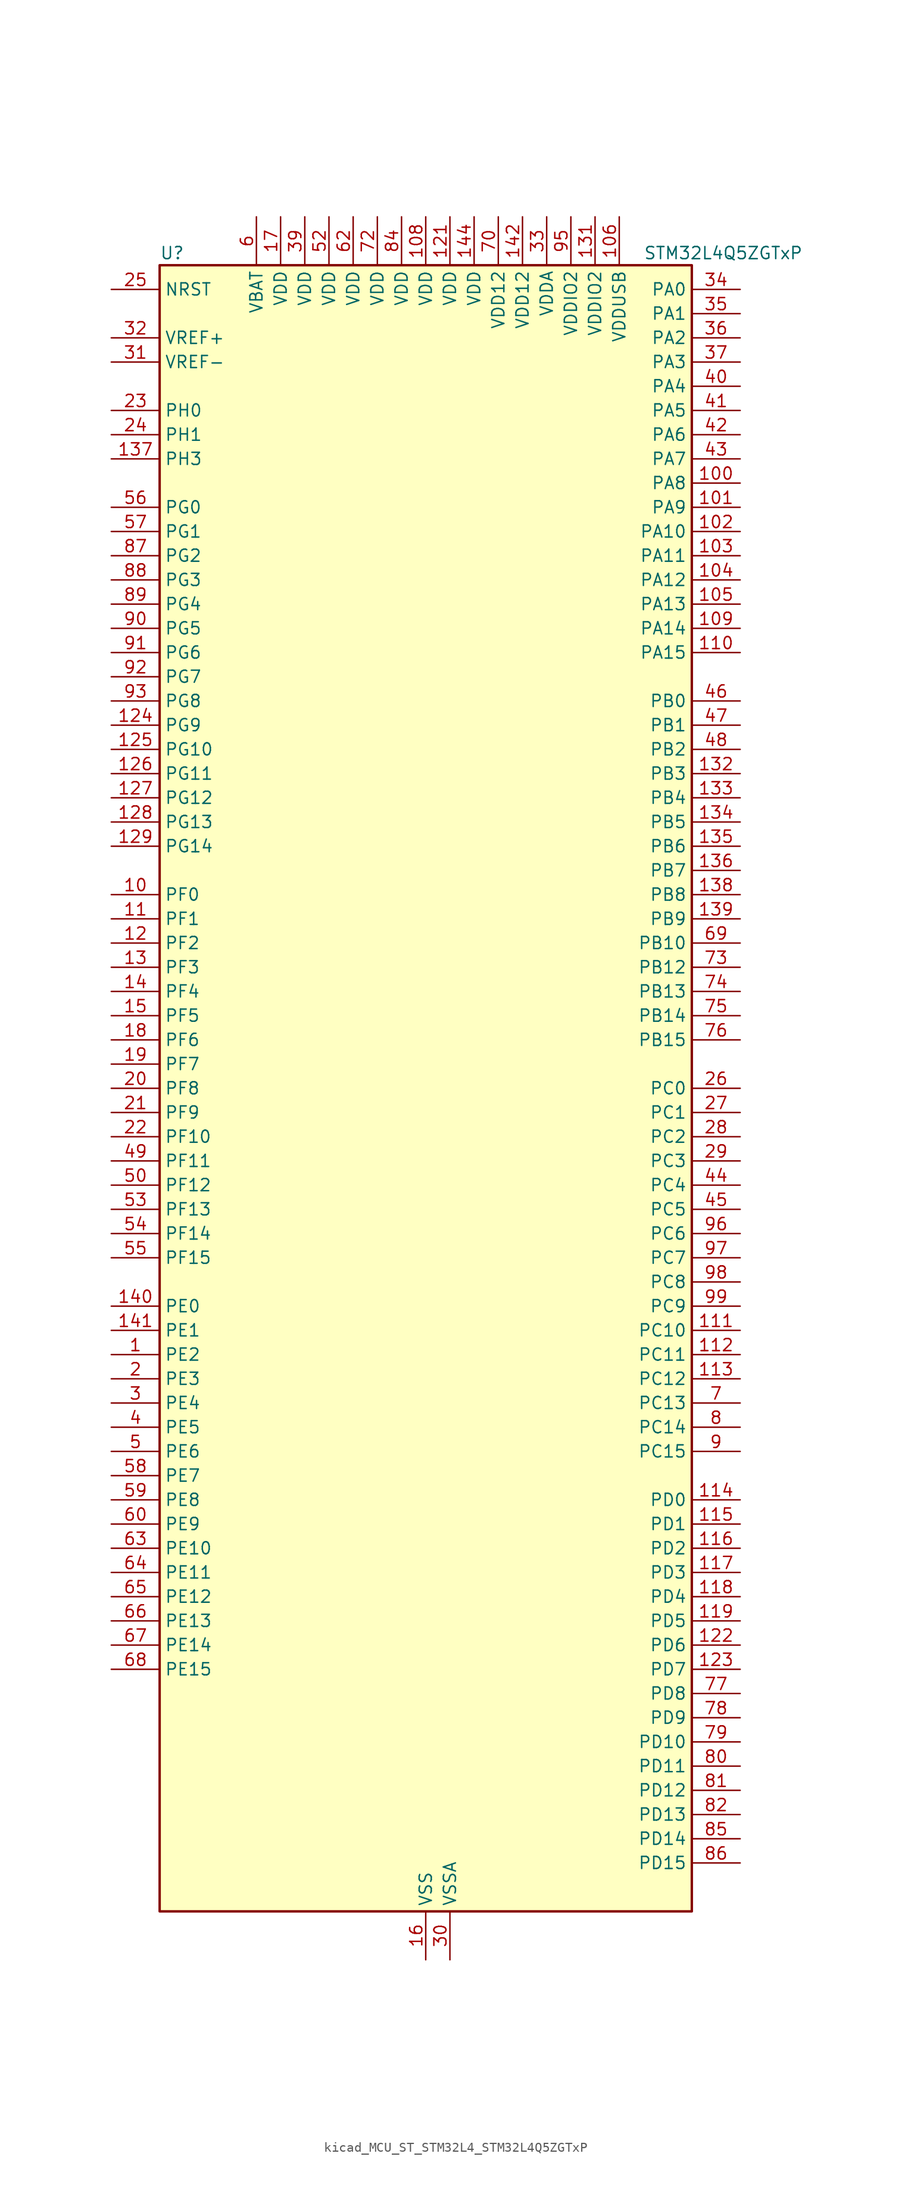
<source format=kicad_sym>
(kicad_symbol_lib
  (version 20220914)
  (generator kicad_symbol_editor)
  (symbol "kicad_MCU_ST_STM32L4_STM32L4Q5ZGTxP"
    (property "Reference" "U"
      (at -27.94 87.63 0)
      (effects (font (size 1.27 1.27)) (justify left)))
    (property "Value" "STM32L4Q5ZGTxP"
      (at 22.86 87.63 0)
      (effects (font (size 1.27 1.27)) (justify left)))
    (property "ki_locked" ""
      (at 0 0 0)
      (effects (font (size 1.27 1.27))))
    (symbol "kicad_MCU_ST_STM32L4_STM32L4Q5ZGTxP_0_1"
      (rectangle (start -27.94 -86.36) (end 27.94 86.36) (stroke (width 0.254) (type default)) (fill (type background))))
    (symbol "kicad_MCU_ST_STM32L4_STM32L4Q5ZGTxP_1_1"
      (pin bidirectional line (at -33.02 -27.94 0) (length 5.08) (name "PE2" (effects (font (size 1.27 1.27)))) (number "1" (effects (font (size 1.27 1.27)))) (alternate "FMC_A23" bidirectional line) (alternate "LTDC_R7" bidirectional line) (alternate "SAI1_CK1" bidirectional line) (alternate "SAI1_MCLK_A" bidirectional line) (alternate "SYS_TRACECLK" bidirectional line) (alternate "TIM3_ETR" bidirectional line) (alternate "TSC_G7_IO1" bidirectional line))
      (pin bidirectional line (at -33.02 20.32 0) (length 5.08) (name "PF0" (effects (font (size 1.27 1.27)))) (number "10" (effects (font (size 1.27 1.27)))) (alternate "FMC_A0" bidirectional line) (alternate "I2C2_SDA" bidirectional line) (alternate "OCTOSPIM_P2_IO0" bidirectional line))
      (pin bidirectional line (at 33.02 63.5 180) (length 5.08) (name "PA8" (effects (font (size 1.27 1.27)))) (number "100" (effects (font (size 1.27 1.27)))) (alternate "LPTIM2_OUT" bidirectional line) (alternate "LTDC_B7" bidirectional line) (alternate "RCC_MCO" bidirectional line) (alternate "SAI1_CK2" bidirectional line) (alternate "SAI1_SCK_A" bidirectional line) (alternate "TIM1_CH1" bidirectional line) (alternate "USART1_CK" bidirectional line) (alternate "USB_OTG_FS_SOF" bidirectional line))
      (pin bidirectional line (at 33.02 60.96 180) (length 5.08) (name "PA9" (effects (font (size 1.27 1.27)))) (number "101" (effects (font (size 1.27 1.27)))) (alternate "DAC1_EXTI9" bidirectional line) (alternate "DCMI_D0" bidirectional line) (alternate "LTDC_G7" bidirectional line) (alternate "PSSI_D0" bidirectional line) (alternate "SAI1_FS_A" bidirectional line) (alternate "SPI2_SCK" bidirectional line) (alternate "TIM15_BKIN" bidirectional line) (alternate "TIM1_CH2" bidirectional line) (alternate "USART1_TX" bidirectional line) (alternate "USB_OTG_FS_VBUS" bidirectional line))
      (pin bidirectional line (at 33.02 58.42 180) (length 5.08) (name "PA10" (effects (font (size 1.27 1.27)))) (number "102" (effects (font (size 1.27 1.27)))) (alternate "DCMI_D1" bidirectional line) (alternate "LTDC_G6" bidirectional line) (alternate "PSSI_D1" bidirectional line) (alternate "SAI1_D1" bidirectional line) (alternate "SAI1_SD_A" bidirectional line) (alternate "TIM17_BKIN" bidirectional line) (alternate "TIM1_CH3" bidirectional line) (alternate "USART1_RX" bidirectional line) (alternate "USB_OTG_FS_ID" bidirectional line))
      (pin bidirectional line (at 33.02 55.88 180) (length 5.08) (name "PA11" (effects (font (size 1.27 1.27)))) (number "103" (effects (font (size 1.27 1.27)))) (alternate "ADC1_EXTI11" bidirectional line) (alternate "ADC2_EXTI11" bidirectional line) (alternate "CAN1_RX" bidirectional line) (alternate "LTDC_DE" bidirectional line) (alternate "SPI1_MISO" bidirectional line) (alternate "TIM1_BKIN2" bidirectional line) (alternate "TIM1_CH4" bidirectional line) (alternate "USART1_CTS" bidirectional line) (alternate "USART1_NSS" bidirectional line) (alternate "USB_OTG_FS_DM" bidirectional line))
      (pin bidirectional line (at 33.02 53.34 180) (length 5.08) (name "PA12" (effects (font (size 1.27 1.27)))) (number "104" (effects (font (size 1.27 1.27)))) (alternate "CAN1_TX" bidirectional line) (alternate "LTDC_VSYNC" bidirectional line) (alternate "OCTOSPIM_P2_NCS" bidirectional line) (alternate "SPI1_MOSI" bidirectional line) (alternate "TIM1_ETR" bidirectional line) (alternate "USART1_DE" bidirectional line) (alternate "USART1_RTS" bidirectional line) (alternate "USB_OTG_FS_DP" bidirectional line))
      (pin bidirectional line (at 33.02 50.8 180) (length 5.08) (name "PA13" (effects (font (size 1.27 1.27)))) (number "105" (effects (font (size 1.27 1.27)))) (alternate "IR_OUT" bidirectional line) (alternate "SAI1_SD_B" bidirectional line) (alternate "SYS_JTMS-SWDIO" bidirectional line) (alternate "USB_OTG_FS_NOE" bidirectional line))
      (pin power_in line (at 20.32 91.44 270) (length 5.08) (name "VDDUSB" (effects (font (size 1.27 1.27)))) (number "106" (effects (font (size 1.27 1.27)))))
      (pin passive line (at 0 -91.44 90) (length 5.08) hide (name "VSS" (effects (font (size 1.27 1.27)))) (number "107" (effects (font (size 1.27 1.27)))))
      (pin power_in line (at 0 91.44 270) (length 5.08) (name "VDD" (effects (font (size 1.27 1.27)))) (number "108" (effects (font (size 1.27 1.27)))))
      (pin bidirectional line (at 33.02 48.26 180) (length 5.08) (name "PA14" (effects (font (size 1.27 1.27)))) (number "109" (effects (font (size 1.27 1.27)))) (alternate "I2C1_SMBA" bidirectional line) (alternate "I2C4_SMBA" bidirectional line) (alternate "LPTIM1_OUT" bidirectional line) (alternate "SAI1_FS_B" bidirectional line) (alternate "SYS_JTCK-SWCLK" bidirectional line) (alternate "USB_OTG_FS_SOF" bidirectional line))
      (pin bidirectional line (at -33.02 17.78 0) (length 5.08) (name "PF1" (effects (font (size 1.27 1.27)))) (number "11" (effects (font (size 1.27 1.27)))) (alternate "FMC_A1" bidirectional line) (alternate "I2C2_SCL" bidirectional line) (alternate "OCTOSPIM_P2_IO1" bidirectional line))
      (pin bidirectional line (at 33.02 45.72 180) (length 5.08) (name "PA15" (effects (font (size 1.27 1.27)))) (number "110" (effects (font (size 1.27 1.27)))) (alternate "ADC1_EXTI15" bidirectional line) (alternate "ADC2_EXTI15" bidirectional line) (alternate "LTDC_HSYNC" bidirectional line) (alternate "SAI2_FS_B" bidirectional line) (alternate "SPI1_NSS" bidirectional line) (alternate "SPI3_NSS" bidirectional line) (alternate "SYS_JTDI" bidirectional line) (alternate "TIM2_CH1" bidirectional line) (alternate "TIM2_ETR" bidirectional line) (alternate "TSC_G3_IO1" bidirectional line) (alternate "UART4_DE" bidirectional line) (alternate "UART4_RTS" bidirectional line) (alternate "USART2_RX" bidirectional line) (alternate "USART3_DE" bidirectional line) (alternate "USART3_RTS" bidirectional line))
      (pin bidirectional line (at 33.02 -25.4 180) (length 5.08) (name "PC10" (effects (font (size 1.27 1.27)))) (number "111" (effects (font (size 1.27 1.27)))) (alternate "DCMI_D8" bidirectional line) (alternate "DCMI_VSYNC" bidirectional line) (alternate "PSSI_D8" bidirectional line) (alternate "PSSI_RDY" bidirectional line) (alternate "SAI2_SCK_B" bidirectional line) (alternate "SDMMC1_D2" bidirectional line) (alternate "SPI3_SCK" bidirectional line) (alternate "SYS_TRACED1" bidirectional line) (alternate "TSC_G3_IO2" bidirectional line) (alternate "UART4_TX" bidirectional line) (alternate "USART3_TX" bidirectional line))
      (pin bidirectional line (at 33.02 -27.94 180) (length 5.08) (name "PC11" (effects (font (size 1.27 1.27)))) (number "112" (effects (font (size 1.27 1.27)))) (alternate "ADC1_EXTI11" bidirectional line) (alternate "ADC2_EXTI11" bidirectional line) (alternate "DCMI_D2" bidirectional line) (alternate "DCMI_D4" bidirectional line) (alternate "OCTOSPIM_P1_NCS" bidirectional line) (alternate "PSSI_D2" bidirectional line) (alternate "PSSI_D4" bidirectional line) (alternate "SAI2_MCLK_B" bidirectional line) (alternate "SDMMC1_D3" bidirectional line) (alternate "SPI3_MISO" bidirectional line) (alternate "TSC_G3_IO3" bidirectional line) (alternate "UART4_RX" bidirectional line) (alternate "USART3_RX" bidirectional line))
      (pin bidirectional line (at 33.02 -30.48 180) (length 5.08) (name "PC12" (effects (font (size 1.27 1.27)))) (number "113" (effects (font (size 1.27 1.27)))) (alternate "DCMI_D9" bidirectional line) (alternate "LTDC_R6" bidirectional line) (alternate "PSSI_D9" bidirectional line) (alternate "SAI2_SD_B" bidirectional line) (alternate "SDMMC1_CK" bidirectional line) (alternate "SPI3_MOSI" bidirectional line) (alternate "SYS_TRACED3" bidirectional line) (alternate "TSC_G3_IO4" bidirectional line) (alternate "UART5_TX" bidirectional line) (alternate "USART3_CK" bidirectional line))
      (pin bidirectional line (at 33.02 -43.18 180) (length 5.08) (name "PD0" (effects (font (size 1.27 1.27)))) (number "114" (effects (font (size 1.27 1.27)))) (alternate "CAN1_RX" bidirectional line) (alternate "FMC_D2" bidirectional line) (alternate "FMC_DA2" bidirectional line) (alternate "LTDC_B4" bidirectional line) (alternate "SPI2_NSS" bidirectional line))
      (pin bidirectional line (at 33.02 -45.72 180) (length 5.08) (name "PD1" (effects (font (size 1.27 1.27)))) (number "115" (effects (font (size 1.27 1.27)))) (alternate "CAN1_TX" bidirectional line) (alternate "FMC_D3" bidirectional line) (alternate "FMC_DA3" bidirectional line) (alternate "LTDC_B5" bidirectional line) (alternate "SPI2_SCK" bidirectional line))
      (pin bidirectional line (at 33.02 -48.26 180) (length 5.08) (name "PD2" (effects (font (size 1.27 1.27)))) (number "116" (effects (font (size 1.27 1.27)))) (alternate "DCMI_D11" bidirectional line) (alternate "PSSI_D11" bidirectional line) (alternate "SDMMC1_CMD" bidirectional line) (alternate "SYS_TRACED2" bidirectional line) (alternate "TIM3_ETR" bidirectional line) (alternate "TSC_SYNC" bidirectional line) (alternate "UART5_RX" bidirectional line) (alternate "USART3_DE" bidirectional line) (alternate "USART3_RTS" bidirectional line))
      (pin bidirectional line (at 33.02 -50.8 180) (length 5.08) (name "PD3" (effects (font (size 1.27 1.27)))) (number "117" (effects (font (size 1.27 1.27)))) (alternate "DCMI_D5" bidirectional line) (alternate "DFSDM1_DATIN0" bidirectional line) (alternate "FMC_CLK" bidirectional line) (alternate "LTDC_CLK" bidirectional line) (alternate "OCTOSPIM_P2_NCS" bidirectional line) (alternate "PSSI_D5" bidirectional line) (alternate "SPI2_MISO" bidirectional line) (alternate "SPI2_SCK" bidirectional line) (alternate "USART2_CTS" bidirectional line) (alternate "USART2_NSS" bidirectional line))
      (pin bidirectional line (at 33.02 -53.34 180) (length 5.08) (name "PD4" (effects (font (size 1.27 1.27)))) (number "118" (effects (font (size 1.27 1.27)))) (alternate "DFSDM1_CKIN0" bidirectional line) (alternate "FMC_NOE" bidirectional line) (alternate "OCTOSPIM_P1_IO4" bidirectional line) (alternate "SDMMC2_CKIN" bidirectional line) (alternate "SPI2_MOSI" bidirectional line) (alternate "USART2_DE" bidirectional line) (alternate "USART2_RTS" bidirectional line))
      (pin bidirectional line (at 33.02 -55.88 180) (length 5.08) (name "PD5" (effects (font (size 1.27 1.27)))) (number "119" (effects (font (size 1.27 1.27)))) (alternate "FMC_NWE" bidirectional line) (alternate "OCTOSPIM_P1_IO5" bidirectional line) (alternate "USART2_TX" bidirectional line))
      (pin bidirectional line (at -33.02 15.24 0) (length 5.08) (name "PF2" (effects (font (size 1.27 1.27)))) (number "12" (effects (font (size 1.27 1.27)))) (alternate "FMC_A2" bidirectional line) (alternate "I2C2_SMBA" bidirectional line) (alternate "OCTOSPIM_P2_IO2" bidirectional line))
      (pin passive line (at 0 -91.44 90) (length 5.08) hide (name "VSS" (effects (font (size 1.27 1.27)))) (number "120" (effects (font (size 1.27 1.27)))))
      (pin power_in line (at 2.54 91.44 270) (length 5.08) (name "VDD" (effects (font (size 1.27 1.27)))) (number "121" (effects (font (size 1.27 1.27)))))
      (pin bidirectional line (at 33.02 -58.42 180) (length 5.08) (name "PD6" (effects (font (size 1.27 1.27)))) (number "122" (effects (font (size 1.27 1.27)))) (alternate "DCMI_D10" bidirectional line) (alternate "DFSDM1_DATIN1" bidirectional line) (alternate "FMC_NWAIT" bidirectional line) (alternate "LTDC_DE" bidirectional line) (alternate "OCTOSPIM_P1_IO6" bidirectional line) (alternate "PSSI_D10" bidirectional line) (alternate "SAI1_D1" bidirectional line) (alternate "SAI1_SD_A" bidirectional line) (alternate "SDMMC2_CK" bidirectional line) (alternate "SPI3_MOSI" bidirectional line) (alternate "USART2_RX" bidirectional line))
      (pin bidirectional line (at 33.02 -60.96 180) (length 5.08) (name "PD7" (effects (font (size 1.27 1.27)))) (number "123" (effects (font (size 1.27 1.27)))) (alternate "DFSDM1_CKIN1" bidirectional line) (alternate "FMC_NCE" bidirectional line) (alternate "FMC_NE1" bidirectional line) (alternate "OCTOSPIM_P1_IO7" bidirectional line) (alternate "SDMMC2_CMD" bidirectional line) (alternate "USART2_CK" bidirectional line))
      (pin bidirectional line (at -33.02 38.1 0) (length 5.08) (name "PG9" (effects (font (size 1.27 1.27)))) (number "124" (effects (font (size 1.27 1.27)))) (alternate "DAC1_EXTI9" bidirectional line) (alternate "FMC_NCE" bidirectional line) (alternate "FMC_NE2" bidirectional line) (alternate "OCTOSPIM_P2_IO6" bidirectional line) (alternate "SAI2_SCK_A" bidirectional line) (alternate "SDMMC2_D0" bidirectional line) (alternate "SPI3_SCK" bidirectional line) (alternate "TIM15_CH1N" bidirectional line) (alternate "USART1_TX" bidirectional line))
      (pin bidirectional line (at -33.02 35.56 0) (length 5.08) (name "PG10" (effects (font (size 1.27 1.27)))) (number "125" (effects (font (size 1.27 1.27)))) (alternate "FMC_NE3" bidirectional line) (alternate "LPTIM1_IN1" bidirectional line) (alternate "OCTOSPIM_P2_IO7" bidirectional line) (alternate "SAI2_FS_A" bidirectional line) (alternate "SDMMC2_D1" bidirectional line) (alternate "SPI3_MISO" bidirectional line) (alternate "TIM15_CH1" bidirectional line) (alternate "USART1_RX" bidirectional line))
      (pin bidirectional line (at -33.02 33.02 0) (length 5.08) (name "PG11" (effects (font (size 1.27 1.27)))) (number "126" (effects (font (size 1.27 1.27)))) (alternate "ADC1_EXTI11" bidirectional line) (alternate "ADC2_EXTI11" bidirectional line) (alternate "LPTIM1_IN2" bidirectional line) (alternate "OCTOSPIM_P1_IO5" bidirectional line) (alternate "SAI2_MCLK_A" bidirectional line) (alternate "SDMMC2_D2" bidirectional line) (alternate "SPI3_MOSI" bidirectional line) (alternate "TIM15_CH2" bidirectional line) (alternate "USART1_CTS" bidirectional line) (alternate "USART1_NSS" bidirectional line))
      (pin bidirectional line (at -33.02 30.48 0) (length 5.08) (name "PG12" (effects (font (size 1.27 1.27)))) (number "127" (effects (font (size 1.27 1.27)))) (alternate "FMC_NE4" bidirectional line) (alternate "LPTIM1_ETR" bidirectional line) (alternate "OCTOSPIM_P2_NCS" bidirectional line) (alternate "SAI2_SD_A" bidirectional line) (alternate "SDMMC2_D3" bidirectional line) (alternate "SPI3_NSS" bidirectional line) (alternate "USART1_DE" bidirectional line) (alternate "USART1_RTS" bidirectional line))
      (pin bidirectional line (at -33.02 27.94 0) (length 5.08) (name "PG13" (effects (font (size 1.27 1.27)))) (number "128" (effects (font (size 1.27 1.27)))) (alternate "FMC_A24" bidirectional line) (alternate "I2C1_SDA" bidirectional line) (alternate "LTDC_R0" bidirectional line) (alternate "USART1_CK" bidirectional line))
      (pin bidirectional line (at -33.02 25.4 0) (length 5.08) (name "PG14" (effects (font (size 1.27 1.27)))) (number "129" (effects (font (size 1.27 1.27)))) (alternate "FMC_A25" bidirectional line) (alternate "I2C1_SCL" bidirectional line) (alternate "LTDC_R1" bidirectional line))
      (pin bidirectional line (at -33.02 12.7 0) (length 5.08) (name "PF3" (effects (font (size 1.27 1.27)))) (number "13" (effects (font (size 1.27 1.27)))) (alternate "FMC_A3" bidirectional line) (alternate "OCTOSPIM_P2_IO3" bidirectional line))
      (pin passive line (at 0 -91.44 90) (length 5.08) hide (name "VSS" (effects (font (size 1.27 1.27)))) (number "130" (effects (font (size 1.27 1.27)))))
      (pin power_in line (at 17.78 91.44 270) (length 5.08) (name "VDDIO2" (effects (font (size 1.27 1.27)))) (number "131" (effects (font (size 1.27 1.27)))))
      (pin bidirectional line (at 33.02 33.02 180) (length 5.08) (name "PB3" (effects (font (size 1.27 1.27)))) (number "132" (effects (font (size 1.27 1.27)))) (alternate "COMP2_INM" bidirectional line) (alternate "CRS_SYNC" bidirectional line) (alternate "OCTOSPIM_P1_IO4" bidirectional line) (alternate "SAI1_SCK_B" bidirectional line) (alternate "SDMMC2_D2" bidirectional line) (alternate "SPI1_SCK" bidirectional line) (alternate "SPI3_SCK" bidirectional line) (alternate "SYS_JTDO-SWO" bidirectional line) (alternate "TIM2_CH2" bidirectional line) (alternate "USART1_DE" bidirectional line) (alternate "USART1_RTS" bidirectional line))
      (pin bidirectional line (at 33.02 30.48 180) (length 5.08) (name "PB4" (effects (font (size 1.27 1.27)))) (number "133" (effects (font (size 1.27 1.27)))) (alternate "COMP2_INP" bidirectional line) (alternate "DCMI_D12" bidirectional line) (alternate "I2C3_SDA" bidirectional line) (alternate "OCTOSPIM_P1_IO5" bidirectional line) (alternate "PSSI_D12" bidirectional line) (alternate "SAI1_MCLK_B" bidirectional line) (alternate "SDMMC2_D3" bidirectional line) (alternate "SPI1_MISO" bidirectional line) (alternate "SPI3_MISO" bidirectional line) (alternate "SYS_JTRST" bidirectional line) (alternate "TIM17_BKIN" bidirectional line) (alternate "TIM3_CH1" bidirectional line) (alternate "TSC_G2_IO1" bidirectional line) (alternate "UART5_DE" bidirectional line) (alternate "UART5_RTS" bidirectional line) (alternate "USART1_CTS" bidirectional line) (alternate "USART1_NSS" bidirectional line))
      (pin bidirectional line (at 33.02 27.94 180) (length 5.08) (name "PB5" (effects (font (size 1.27 1.27)))) (number "134" (effects (font (size 1.27 1.27)))) (alternate "COMP2_OUT" bidirectional line) (alternate "DCMI_D10" bidirectional line) (alternate "I2C1_SMBA" bidirectional line) (alternate "LPTIM1_IN1" bidirectional line) (alternate "OCTOSPIM_P1_IO0" bidirectional line) (alternate "PSSI_D10" bidirectional line) (alternate "SAI1_SD_B" bidirectional line) (alternate "SPI1_MOSI" bidirectional line) (alternate "SPI3_MOSI" bidirectional line) (alternate "TIM16_BKIN" bidirectional line) (alternate "TIM3_CH2" bidirectional line) (alternate "TSC_G2_IO2" bidirectional line) (alternate "UART5_CTS" bidirectional line) (alternate "USART1_CK" bidirectional line))
      (pin bidirectional line (at 33.02 25.4 180) (length 5.08) (name "PB6" (effects (font (size 1.27 1.27)))) (number "135" (effects (font (size 1.27 1.27)))) (alternate "COMP2_INP" bidirectional line) (alternate "DCMI_D5" bidirectional line) (alternate "I2C1_SCL" bidirectional line) (alternate "I2C4_SCL" bidirectional line) (alternate "LPTIM1_ETR" bidirectional line) (alternate "LTDC_R6" bidirectional line) (alternate "PSSI_D5" bidirectional line) (alternate "SAI1_FS_B" bidirectional line) (alternate "TIM16_CH1N" bidirectional line) (alternate "TIM4_CH1" bidirectional line) (alternate "TIM8_BKIN2" bidirectional line) (alternate "TSC_G2_IO3" bidirectional line) (alternate "USART1_TX" bidirectional line))
      (pin bidirectional line (at 33.02 22.86 180) (length 5.08) (name "PB7" (effects (font (size 1.27 1.27)))) (number "136" (effects (font (size 1.27 1.27)))) (alternate "COMP2_INM" bidirectional line) (alternate "DCMI_VSYNC" bidirectional line) (alternate "FMC_NL" bidirectional line) (alternate "I2C1_SDA" bidirectional line) (alternate "I2C4_SDA" bidirectional line) (alternate "LPTIM1_IN2" bidirectional line) (alternate "LTDC_VSYNC" bidirectional line) (alternate "PSSI_RDY" bidirectional line) (alternate "SYS_PVD_IN" bidirectional line) (alternate "TIM17_CH1N" bidirectional line) (alternate "TIM4_CH2" bidirectional line) (alternate "TIM8_BKIN" bidirectional line) (alternate "TSC_G2_IO4" bidirectional line) (alternate "UART4_CTS" bidirectional line) (alternate "USART1_RX" bidirectional line))
      (pin bidirectional line (at -33.02 66.04 0) (length 5.08) (name "PH3" (effects (font (size 1.27 1.27)))) (number "137" (effects (font (size 1.27 1.27)))))
      (pin bidirectional line (at 33.02 20.32 180) (length 5.08) (name "PB8" (effects (font (size 1.27 1.27)))) (number "138" (effects (font (size 1.27 1.27)))) (alternate "CAN1_RX" bidirectional line) (alternate "DCMI_D6" bidirectional line) (alternate "DFSDM1_CKOUT" bidirectional line) (alternate "I2C1_SCL" bidirectional line) (alternate "LTDC_DE" bidirectional line) (alternate "PSSI_D6" bidirectional line) (alternate "SAI1_CK1" bidirectional line) (alternate "SAI1_MCLK_A" bidirectional line) (alternate "SDMMC1_CKIN" bidirectional line) (alternate "SDMMC1_D4" bidirectional line) (alternate "SDMMC2_D4" bidirectional line) (alternate "TIM16_CH1" bidirectional line) (alternate "TIM4_CH3" bidirectional line))
      (pin bidirectional line (at 33.02 17.78 180) (length 5.08) (name "PB9" (effects (font (size 1.27 1.27)))) (number "139" (effects (font (size 1.27 1.27)))) (alternate "CAN1_TX" bidirectional line) (alternate "DAC1_EXTI9" bidirectional line) (alternate "DCMI_D7" bidirectional line) (alternate "I2C1_SDA" bidirectional line) (alternate "IR_OUT" bidirectional line) (alternate "PSSI_D7" bidirectional line) (alternate "SAI1_D2" bidirectional line) (alternate "SAI1_FS_A" bidirectional line) (alternate "SDMMC1_CDIR" bidirectional line) (alternate "SDMMC1_D5" bidirectional line) (alternate "SDMMC2_D5" bidirectional line) (alternate "SPI2_NSS" bidirectional line) (alternate "TIM17_CH1" bidirectional line) (alternate "TIM4_CH4" bidirectional line))
      (pin bidirectional line (at -33.02 10.16 0) (length 5.08) (name "PF4" (effects (font (size 1.27 1.27)))) (number "14" (effects (font (size 1.27 1.27)))) (alternate "FMC_A4" bidirectional line) (alternate "OCTOSPIM_P2_CLK" bidirectional line))
      (pin bidirectional line (at -33.02 -22.86 0) (length 5.08) (name "PE0" (effects (font (size 1.27 1.27)))) (number "140" (effects (font (size 1.27 1.27)))) (alternate "DCMI_D2" bidirectional line) (alternate "FMC_NBL0" bidirectional line) (alternate "LTDC_HSYNC" bidirectional line) (alternate "PSSI_D2" bidirectional line) (alternate "TIM16_CH1" bidirectional line) (alternate "TIM4_ETR" bidirectional line))
      (pin bidirectional line (at -33.02 -25.4 0) (length 5.08) (name "PE1" (effects (font (size 1.27 1.27)))) (number "141" (effects (font (size 1.27 1.27)))) (alternate "DCMI_D3" bidirectional line) (alternate "FMC_NBL1" bidirectional line) (alternate "LTDC_VSYNC" bidirectional line) (alternate "PSSI_D3" bidirectional line) (alternate "TIM17_CH1" bidirectional line))
      (pin power_in line (at 10.16 91.44 270) (length 5.08) (name "VDD12" (effects (font (size 1.27 1.27)))) (number "142" (effects (font (size 1.27 1.27)))))
      (pin passive line (at 0 -91.44 90) (length 5.08) hide (name "VSS" (effects (font (size 1.27 1.27)))) (number "143" (effects (font (size 1.27 1.27)))))
      (pin power_in line (at 5.08 91.44 270) (length 5.08) (name "VDD" (effects (font (size 1.27 1.27)))) (number "144" (effects (font (size 1.27 1.27)))))
      (pin bidirectional line (at -33.02 7.62 0) (length 5.08) (name "PF5" (effects (font (size 1.27 1.27)))) (number "15" (effects (font (size 1.27 1.27)))) (alternate "FMC_A5" bidirectional line) (alternate "OCTOSPIM_P2_NCLK" bidirectional line))
      (pin power_in line (at 0 -91.44 90) (length 5.08) (name "VSS" (effects (font (size 1.27 1.27)))) (number "16" (effects (font (size 1.27 1.27)))))
      (pin power_in line (at -15.24 91.44 270) (length 5.08) (name "VDD" (effects (font (size 1.27 1.27)))) (number "17" (effects (font (size 1.27 1.27)))))
      (pin bidirectional line (at -33.02 5.08 0) (length 5.08) (name "PF6" (effects (font (size 1.27 1.27)))) (number "18" (effects (font (size 1.27 1.27)))) (alternate "OCTOSPIM_P1_IO3" bidirectional line) (alternate "SAI1_SD_B" bidirectional line) (alternate "TIM5_CH1" bidirectional line) (alternate "TIM5_ETR" bidirectional line))
      (pin bidirectional line (at -33.02 2.54 0) (length 5.08) (name "PF7" (effects (font (size 1.27 1.27)))) (number "19" (effects (font (size 1.27 1.27)))) (alternate "OCTOSPIM_P1_IO2" bidirectional line) (alternate "SAI1_MCLK_B" bidirectional line) (alternate "TIM5_CH2" bidirectional line))
      (pin bidirectional line (at -33.02 -30.48 0) (length 5.08) (name "PE3" (effects (font (size 1.27 1.27)))) (number "2" (effects (font (size 1.27 1.27)))) (alternate "FMC_A19" bidirectional line) (alternate "LTDC_R6" bidirectional line) (alternate "OCTOSPIM_P1_DQS" bidirectional line) (alternate "SAI1_SD_B" bidirectional line) (alternate "SYS_TRACED0" bidirectional line) (alternate "TIM3_CH1" bidirectional line) (alternate "TSC_G7_IO2" bidirectional line))
      (pin bidirectional line (at -33.02 0 0) (length 5.08) (name "PF8" (effects (font (size 1.27 1.27)))) (number "20" (effects (font (size 1.27 1.27)))) (alternate "OCTOSPIM_P1_IO0" bidirectional line) (alternate "SAI1_SCK_B" bidirectional line) (alternate "TIM5_CH3" bidirectional line))
      (pin bidirectional line (at -33.02 -2.54 0) (length 5.08) (name "PF9" (effects (font (size 1.27 1.27)))) (number "21" (effects (font (size 1.27 1.27)))) (alternate "DAC1_EXTI9" bidirectional line) (alternate "OCTOSPIM_P1_IO1" bidirectional line) (alternate "SAI1_FS_B" bidirectional line) (alternate "TIM15_CH1" bidirectional line) (alternate "TIM5_CH4" bidirectional line))
      (pin bidirectional line (at -33.02 -5.08 0) (length 5.08) (name "PF10" (effects (font (size 1.27 1.27)))) (number "22" (effects (font (size 1.27 1.27)))) (alternate "DCMI_D11" bidirectional line) (alternate "DFSDM1_CKOUT" bidirectional line) (alternate "OCTOSPIM_P1_CLK" bidirectional line) (alternate "PSSI_D11" bidirectional line) (alternate "PSSI_D15" bidirectional line) (alternate "SAI1_D3" bidirectional line) (alternate "TIM15_CH2" bidirectional line))
      (pin bidirectional line (at -33.02 71.12 0) (length 5.08) (name "PH0" (effects (font (size 1.27 1.27)))) (number "23" (effects (font (size 1.27 1.27)))) (alternate "RCC_OSC_IN" bidirectional line))
      (pin bidirectional line (at -33.02 68.58 0) (length 5.08) (name "PH1" (effects (font (size 1.27 1.27)))) (number "24" (effects (font (size 1.27 1.27)))) (alternate "RCC_OSC_OUT" bidirectional line))
      (pin input line (at -33.02 83.82 0) (length 5.08) (name "NRST" (effects (font (size 1.27 1.27)))) (number "25" (effects (font (size 1.27 1.27)))))
      (pin bidirectional line (at 33.02 0 180) (length 5.08) (name "PC0" (effects (font (size 1.27 1.27)))) (number "26" (effects (font (size 1.27 1.27)))) (alternate "ADC1_IN1" bidirectional line) (alternate "ADC2_IN1" bidirectional line) (alternate "I2C3_SCL" bidirectional line) (alternate "LPTIM1_IN1" bidirectional line) (alternate "LPTIM2_IN1" bidirectional line) (alternate "LPUART1_RX" bidirectional line) (alternate "LTDC_DE" bidirectional line) (alternate "SAI2_FS_A" bidirectional line) (alternate "SDMMC1_CMD" bidirectional line) (alternate "SDMMC2_CKIN" bidirectional line))
      (pin bidirectional line (at 33.02 -2.54 180) (length 5.08) (name "PC1" (effects (font (size 1.27 1.27)))) (number "27" (effects (font (size 1.27 1.27)))) (alternate "ADC1_IN2" bidirectional line) (alternate "ADC2_IN2" bidirectional line) (alternate "I2C3_SDA" bidirectional line) (alternate "LPTIM1_OUT" bidirectional line) (alternate "LPUART1_TX" bidirectional line) (alternate "OCTOSPIM_P1_IO4" bidirectional line) (alternate "SAI1_SD_A" bidirectional line) (alternate "SPI2_MOSI" bidirectional line) (alternate "SYS_TRACED0" bidirectional line))
      (pin bidirectional line (at 33.02 -5.08 180) (length 5.08) (name "PC2" (effects (font (size 1.27 1.27)))) (number "28" (effects (font (size 1.27 1.27)))) (alternate "ADC1_IN3" bidirectional line) (alternate "ADC2_IN3" bidirectional line) (alternate "DFSDM1_CKOUT" bidirectional line) (alternate "LPTIM1_IN2" bidirectional line) (alternate "LTDC_HSYNC" bidirectional line) (alternate "OCTOSPIM_P1_IO5" bidirectional line) (alternate "SPI2_MISO" bidirectional line))
      (pin bidirectional line (at 33.02 -7.62 180) (length 5.08) (name "PC3" (effects (font (size 1.27 1.27)))) (number "29" (effects (font (size 1.27 1.27)))) (alternate "ADC1_IN4" bidirectional line) (alternate "ADC2_IN4" bidirectional line) (alternate "LPTIM1_ETR" bidirectional line) (alternate "LPTIM2_ETR" bidirectional line) (alternate "OCTOSPIM_P1_IO6" bidirectional line) (alternate "SAI1_D1" bidirectional line) (alternate "SAI1_SD_A" bidirectional line) (alternate "SPI2_MOSI" bidirectional line))
      (pin bidirectional line (at -33.02 -33.02 0) (length 5.08) (name "PE4" (effects (font (size 1.27 1.27)))) (number "3" (effects (font (size 1.27 1.27)))) (alternate "DCMI_D4" bidirectional line) (alternate "DFSDM1_DATIN3" bidirectional line) (alternate "FMC_A20" bidirectional line) (alternate "LTDC_B7" bidirectional line) (alternate "PSSI_D4" bidirectional line) (alternate "SAI1_D2" bidirectional line) (alternate "SAI1_FS_A" bidirectional line) (alternate "SYS_TRACED1" bidirectional line) (alternate "TIM3_CH2" bidirectional line) (alternate "TSC_G7_IO3" bidirectional line))
      (pin power_in line (at 2.54 -91.44 90) (length 5.08) (name "VSSA" (effects (font (size 1.27 1.27)))) (number "30" (effects (font (size 1.27 1.27)))))
      (pin input line (at -33.02 76.2 0) (length 5.08) (name "VREF-" (effects (font (size 1.27 1.27)))) (number "31" (effects (font (size 1.27 1.27)))))
      (pin input line (at -33.02 78.74 0) (length 5.08) (name "VREF+" (effects (font (size 1.27 1.27)))) (number "32" (effects (font (size 1.27 1.27)))) (alternate "VREFBUF_OUT" bidirectional line))
      (pin power_in line (at 12.7 91.44 270) (length 5.08) (name "VDDA" (effects (font (size 1.27 1.27)))) (number "33" (effects (font (size 1.27 1.27)))))
      (pin bidirectional line (at 33.02 83.82 180) (length 5.08) (name "PA0" (effects (font (size 1.27 1.27)))) (number "34" (effects (font (size 1.27 1.27)))) (alternate "ADC1_IN5" bidirectional line) (alternate "ADC2_IN5" bidirectional line) (alternate "OPAMP1_VINP" bidirectional line) (alternate "RTC_TAMP2" bidirectional line) (alternate "SAI1_EXTCLK" bidirectional line) (alternate "SYS_WKUP1" bidirectional line) (alternate "TIM2_CH1" bidirectional line) (alternate "TIM2_ETR" bidirectional line) (alternate "TIM5_CH1" bidirectional line) (alternate "TIM8_ETR" bidirectional line) (alternate "UART4_TX" bidirectional line) (alternate "USART2_CTS" bidirectional line) (alternate "USART2_NSS" bidirectional line))
      (pin bidirectional line (at 33.02 81.28 180) (length 5.08) (name "PA1" (effects (font (size 1.27 1.27)))) (number "35" (effects (font (size 1.27 1.27)))) (alternate "ADC1_IN6" bidirectional line) (alternate "ADC2_IN6" bidirectional line) (alternate "I2C1_SMBA" bidirectional line) (alternate "OCTOSPIM_P1_DQS" bidirectional line) (alternate "OPAMP1_VINM" bidirectional line) (alternate "SDMMC2_CMD" bidirectional line) (alternate "SPI1_SCK" bidirectional line) (alternate "TIM15_CH1N" bidirectional line) (alternate "TIM2_CH2" bidirectional line) (alternate "TIM5_CH2" bidirectional line) (alternate "UART4_RX" bidirectional line) (alternate "USART2_DE" bidirectional line) (alternate "USART2_RTS" bidirectional line))
      (pin bidirectional line (at 33.02 78.74 180) (length 5.08) (name "PA2" (effects (font (size 1.27 1.27)))) (number "36" (effects (font (size 1.27 1.27)))) (alternate "ADC1_IN7" bidirectional line) (alternate "ADC2_IN7" bidirectional line) (alternate "LPUART1_TX" bidirectional line) (alternate "OCTOSPIM_P1_NCS" bidirectional line) (alternate "RCC_LSCO" bidirectional line) (alternate "SAI2_EXTCLK" bidirectional line) (alternate "SYS_WKUP4" bidirectional line) (alternate "TIM15_CH1" bidirectional line) (alternate "TIM2_CH3" bidirectional line) (alternate "TIM5_CH3" bidirectional line) (alternate "USART2_TX" bidirectional line))
      (pin bidirectional line (at 33.02 76.2 180) (length 5.08) (name "PA3" (effects (font (size 1.27 1.27)))) (number "37" (effects (font (size 1.27 1.27)))) (alternate "ADC1_IN8" bidirectional line) (alternate "ADC2_IN8" bidirectional line) (alternate "LPUART1_RX" bidirectional line) (alternate "OCTOSPIM_P1_CLK" bidirectional line) (alternate "OPAMP1_VOUT" bidirectional line) (alternate "SAI1_CK1" bidirectional line) (alternate "SAI1_MCLK_A" bidirectional line) (alternate "TIM15_CH2" bidirectional line) (alternate "TIM2_CH4" bidirectional line) (alternate "TIM5_CH4" bidirectional line) (alternate "USART2_RX" bidirectional line))
      (pin passive line (at 0 -91.44 90) (length 5.08) hide (name "VSS" (effects (font (size 1.27 1.27)))) (number "38" (effects (font (size 1.27 1.27)))))
      (pin power_in line (at -12.7 91.44 270) (length 5.08) (name "VDD" (effects (font (size 1.27 1.27)))) (number "39" (effects (font (size 1.27 1.27)))))
      (pin bidirectional line (at -33.02 -35.56 0) (length 5.08) (name "PE5" (effects (font (size 1.27 1.27)))) (number "4" (effects (font (size 1.27 1.27)))) (alternate "DCMI_D6" bidirectional line) (alternate "DFSDM1_CKIN3" bidirectional line) (alternate "FMC_A21" bidirectional line) (alternate "LTDC_G7" bidirectional line) (alternate "PSSI_D6" bidirectional line) (alternate "SAI1_CK2" bidirectional line) (alternate "SAI1_SCK_A" bidirectional line) (alternate "SYS_TRACED2" bidirectional line) (alternate "TIM3_CH3" bidirectional line) (alternate "TSC_G7_IO4" bidirectional line))
      (pin bidirectional line (at 33.02 73.66 180) (length 5.08) (name "PA4" (effects (font (size 1.27 1.27)))) (number "40" (effects (font (size 1.27 1.27)))) (alternate "ADC1_IN9" bidirectional line) (alternate "ADC2_IN9" bidirectional line) (alternate "DAC1_OUT1" bidirectional line) (alternate "DCMI_HSYNC" bidirectional line) (alternate "LPTIM2_OUT" bidirectional line) (alternate "LTDC_CLK" bidirectional line) (alternate "OCTOSPIM_P1_NCS" bidirectional line) (alternate "PSSI_DE" bidirectional line) (alternate "SAI1_FS_B" bidirectional line) (alternate "SPI1_NSS" bidirectional line) (alternate "SPI3_NSS" bidirectional line) (alternate "USART2_CK" bidirectional line))
      (pin bidirectional line (at 33.02 71.12 180) (length 5.08) (name "PA5" (effects (font (size 1.27 1.27)))) (number "41" (effects (font (size 1.27 1.27)))) (alternate "ADC1_IN10" bidirectional line) (alternate "ADC2_IN10" bidirectional line) (alternate "DAC1_OUT2" bidirectional line) (alternate "LPTIM2_ETR" bidirectional line) (alternate "LTDC_R7" bidirectional line) (alternate "PSSI_D14" bidirectional line) (alternate "SPI1_SCK" bidirectional line) (alternate "TIM2_CH1" bidirectional line) (alternate "TIM2_ETR" bidirectional line) (alternate "TIM8_CH1N" bidirectional line))
      (pin bidirectional line (at 33.02 68.58 180) (length 5.08) (name "PA6" (effects (font (size 1.27 1.27)))) (number "42" (effects (font (size 1.27 1.27)))) (alternate "ADC1_IN11" bidirectional line) (alternate "ADC2_IN11" bidirectional line) (alternate "DCMI_PIXCLK" bidirectional line) (alternate "LPUART1_CTS" bidirectional line) (alternate "OCTOSPIM_P1_IO3" bidirectional line) (alternate "OPAMP2_VINP" bidirectional line) (alternate "PSSI_PDCK" bidirectional line) (alternate "SPI1_MISO" bidirectional line) (alternate "TIM16_CH1" bidirectional line) (alternate "TIM1_BKIN" bidirectional line) (alternate "TIM3_CH1" bidirectional line) (alternate "TIM8_BKIN" bidirectional line) (alternate "USART3_CTS" bidirectional line) (alternate "USART3_NSS" bidirectional line))
      (pin bidirectional line (at 33.02 66.04 180) (length 5.08) (name "PA7" (effects (font (size 1.27 1.27)))) (number "43" (effects (font (size 1.27 1.27)))) (alternate "ADC1_IN12" bidirectional line) (alternate "ADC2_IN12" bidirectional line) (alternate "I2C3_SCL" bidirectional line) (alternate "OCTOSPIM_P1_IO2" bidirectional line) (alternate "OPAMP2_VINM" bidirectional line) (alternate "SPI1_MOSI" bidirectional line) (alternate "TIM17_CH1" bidirectional line) (alternate "TIM1_CH1N" bidirectional line) (alternate "TIM3_CH2" bidirectional line) (alternate "TIM8_CH1N" bidirectional line))
      (pin bidirectional line (at 33.02 -10.16 180) (length 5.08) (name "PC4" (effects (font (size 1.27 1.27)))) (number "44" (effects (font (size 1.27 1.27)))) (alternate "ADC1_IN13" bidirectional line) (alternate "ADC2_IN13" bidirectional line) (alternate "COMP1_INM" bidirectional line) (alternate "OCTOSPIM_P1_IO7" bidirectional line) (alternate "OCTOSPIM_P2_NCS" bidirectional line) (alternate "USART3_TX" bidirectional line))
      (pin bidirectional line (at 33.02 -12.7 180) (length 5.08) (name "PC5" (effects (font (size 1.27 1.27)))) (number "45" (effects (font (size 1.27 1.27)))) (alternate "ADC1_IN14" bidirectional line) (alternate "ADC2_IN14" bidirectional line) (alternate "COMP1_INP" bidirectional line) (alternate "LTDC_CLK" bidirectional line) (alternate "PSSI_D15" bidirectional line) (alternate "SAI1_D3" bidirectional line) (alternate "SYS_WKUP5" bidirectional line) (alternate "USART3_RX" bidirectional line))
      (pin bidirectional line (at 33.02 40.64 180) (length 5.08) (name "PB0" (effects (font (size 1.27 1.27)))) (number "46" (effects (font (size 1.27 1.27)))) (alternate "ADC1_IN15" bidirectional line) (alternate "ADC2_IN15" bidirectional line) (alternate "COMP1_OUT" bidirectional line) (alternate "LTDC_B6" bidirectional line) (alternate "OCTOSPIM_P1_IO1" bidirectional line) (alternate "OPAMP2_VOUT" bidirectional line) (alternate "SAI1_EXTCLK" bidirectional line) (alternate "SPI1_NSS" bidirectional line) (alternate "TIM1_CH2N" bidirectional line) (alternate "TIM3_CH3" bidirectional line) (alternate "TIM8_CH2N" bidirectional line) (alternate "USART3_CK" bidirectional line))
      (pin bidirectional line (at 33.02 38.1 180) (length 5.08) (name "PB1" (effects (font (size 1.27 1.27)))) (number "47" (effects (font (size 1.27 1.27)))) (alternate "ADC1_IN16" bidirectional line) (alternate "ADC2_IN16" bidirectional line) (alternate "COMP1_INM" bidirectional line) (alternate "DFSDM1_DATIN0" bidirectional line) (alternate "LPTIM2_IN1" bidirectional line) (alternate "LPUART1_DE" bidirectional line) (alternate "LPUART1_RTS" bidirectional line) (alternate "LTDC_G6" bidirectional line) (alternate "OCTOSPIM_P1_IO0" bidirectional line) (alternate "TIM1_CH3N" bidirectional line) (alternate "TIM3_CH4" bidirectional line) (alternate "TIM8_CH3N" bidirectional line) (alternate "USART3_DE" bidirectional line) (alternate "USART3_RTS" bidirectional line))
      (pin bidirectional line (at 33.02 35.56 180) (length 5.08) (name "PB2" (effects (font (size 1.27 1.27)))) (number "48" (effects (font (size 1.27 1.27)))) (alternate "COMP1_INP" bidirectional line) (alternate "DFSDM1_CKIN0" bidirectional line) (alternate "I2C3_SMBA" bidirectional line) (alternate "LPTIM1_OUT" bidirectional line) (alternate "OCTOSPIM_P1_DQS" bidirectional line) (alternate "RTC_OUT2" bidirectional line))
      (pin bidirectional line (at -33.02 -7.62 0) (length 5.08) (name "PF11" (effects (font (size 1.27 1.27)))) (number "49" (effects (font (size 1.27 1.27)))) (alternate "ADC1_EXTI11" bidirectional line) (alternate "ADC2_EXTI11" bidirectional line) (alternate "DCMI_D12" bidirectional line) (alternate "LTDC_DE" bidirectional line) (alternate "OCTOSPIM_P1_NCLK" bidirectional line) (alternate "PSSI_D12" bidirectional line))
      (pin bidirectional line (at -33.02 -38.1 0) (length 5.08) (name "PE6" (effects (font (size 1.27 1.27)))) (number "5" (effects (font (size 1.27 1.27)))) (alternate "DCMI_D7" bidirectional line) (alternate "FMC_A22" bidirectional line) (alternate "LTDC_G6" bidirectional line) (alternate "PSSI_D7" bidirectional line) (alternate "RTC_TAMP3" bidirectional line) (alternate "SAI1_D1" bidirectional line) (alternate "SAI1_SD_A" bidirectional line) (alternate "SYS_TRACED3" bidirectional line) (alternate "SYS_WKUP3" bidirectional line) (alternate "TIM3_CH4" bidirectional line))
      (pin bidirectional line (at -33.02 -10.16 0) (length 5.08) (name "PF12" (effects (font (size 1.27 1.27)))) (number "50" (effects (font (size 1.27 1.27)))) (alternate "FMC_A6" bidirectional line) (alternate "LTDC_B0" bidirectional line) (alternate "OCTOSPIM_P2_DQS" bidirectional line))
      (pin passive line (at 0 -91.44 90) (length 5.08) hide (name "VSS" (effects (font (size 1.27 1.27)))) (number "51" (effects (font (size 1.27 1.27)))))
      (pin power_in line (at -10.16 91.44 270) (length 5.08) (name "VDD" (effects (font (size 1.27 1.27)))) (number "52" (effects (font (size 1.27 1.27)))))
      (pin bidirectional line (at -33.02 -12.7 0) (length 5.08) (name "PF13" (effects (font (size 1.27 1.27)))) (number "53" (effects (font (size 1.27 1.27)))) (alternate "FMC_A7" bidirectional line) (alternate "I2C4_SMBA" bidirectional line) (alternate "LTDC_B1" bidirectional line))
      (pin bidirectional line (at -33.02 -15.24 0) (length 5.08) (name "PF14" (effects (font (size 1.27 1.27)))) (number "54" (effects (font (size 1.27 1.27)))) (alternate "FMC_A8" bidirectional line) (alternate "I2C4_SCL" bidirectional line) (alternate "LTDC_G0" bidirectional line) (alternate "TSC_G8_IO1" bidirectional line))
      (pin bidirectional line (at -33.02 -17.78 0) (length 5.08) (name "PF15" (effects (font (size 1.27 1.27)))) (number "55" (effects (font (size 1.27 1.27)))) (alternate "ADC1_EXTI15" bidirectional line) (alternate "ADC2_EXTI15" bidirectional line) (alternate "FMC_A9" bidirectional line) (alternate "I2C4_SDA" bidirectional line) (alternate "LTDC_G1" bidirectional line) (alternate "TSC_G8_IO2" bidirectional line))
      (pin bidirectional line (at -33.02 60.96 0) (length 5.08) (name "PG0" (effects (font (size 1.27 1.27)))) (number "56" (effects (font (size 1.27 1.27)))) (alternate "FMC_A10" bidirectional line) (alternate "OCTOSPIM_P2_IO4" bidirectional line) (alternate "TSC_G8_IO3" bidirectional line))
      (pin bidirectional line (at -33.02 58.42 0) (length 5.08) (name "PG1" (effects (font (size 1.27 1.27)))) (number "57" (effects (font (size 1.27 1.27)))) (alternate "FMC_A11" bidirectional line) (alternate "OCTOSPIM_P2_IO5" bidirectional line) (alternate "TSC_G8_IO4" bidirectional line))
      (pin bidirectional line (at -33.02 -40.64 0) (length 5.08) (name "PE7" (effects (font (size 1.27 1.27)))) (number "58" (effects (font (size 1.27 1.27)))) (alternate "DFSDM1_DATIN2" bidirectional line) (alternate "FMC_D4" bidirectional line) (alternate "FMC_DA4" bidirectional line) (alternate "LTDC_B6" bidirectional line) (alternate "SAI1_SD_B" bidirectional line) (alternate "TIM1_ETR" bidirectional line))
      (pin bidirectional line (at -33.02 -43.18 0) (length 5.08) (name "PE8" (effects (font (size 1.27 1.27)))) (number "59" (effects (font (size 1.27 1.27)))) (alternate "DFSDM1_CKIN2" bidirectional line) (alternate "FMC_D5" bidirectional line) (alternate "FMC_DA5" bidirectional line) (alternate "LTDC_B7" bidirectional line) (alternate "SAI1_SCK_B" bidirectional line) (alternate "TIM1_CH1N" bidirectional line))
      (pin power_in line (at -17.78 91.44 270) (length 5.08) (name "VBAT" (effects (font (size 1.27 1.27)))) (number "6" (effects (font (size 1.27 1.27)))))
      (pin bidirectional line (at -33.02 -45.72 0) (length 5.08) (name "PE9" (effects (font (size 1.27 1.27)))) (number "60" (effects (font (size 1.27 1.27)))) (alternate "DAC1_EXTI9" bidirectional line) (alternate "DFSDM1_CKOUT" bidirectional line) (alternate "FMC_D6" bidirectional line) (alternate "FMC_DA6" bidirectional line) (alternate "LTDC_G2" bidirectional line) (alternate "OCTOSPIM_P1_NCLK" bidirectional line) (alternate "SAI1_FS_B" bidirectional line) (alternate "TIM1_CH1" bidirectional line))
      (pin passive line (at 0 -91.44 90) (length 5.08) hide (name "VSS" (effects (font (size 1.27 1.27)))) (number "61" (effects (font (size 1.27 1.27)))))
      (pin power_in line (at -7.62 91.44 270) (length 5.08) (name "VDD" (effects (font (size 1.27 1.27)))) (number "62" (effects (font (size 1.27 1.27)))))
      (pin bidirectional line (at -33.02 -48.26 0) (length 5.08) (name "PE10" (effects (font (size 1.27 1.27)))) (number "63" (effects (font (size 1.27 1.27)))) (alternate "FMC_D7" bidirectional line) (alternate "FMC_DA7" bidirectional line) (alternate "LTDC_G3" bidirectional line) (alternate "OCTOSPIM_P1_CLK" bidirectional line) (alternate "SAI1_MCLK_B" bidirectional line) (alternate "TIM1_CH2N" bidirectional line) (alternate "TSC_G5_IO1" bidirectional line))
      (pin bidirectional line (at -33.02 -50.8 0) (length 5.08) (name "PE11" (effects (font (size 1.27 1.27)))) (number "64" (effects (font (size 1.27 1.27)))) (alternate "ADC1_EXTI11" bidirectional line) (alternate "ADC2_EXTI11" bidirectional line) (alternate "FMC_D8" bidirectional line) (alternate "FMC_DA8" bidirectional line) (alternate "LTDC_G4" bidirectional line) (alternate "OCTOSPIM_P1_NCS" bidirectional line) (alternate "TIM1_CH2" bidirectional line) (alternate "TSC_G5_IO2" bidirectional line))
      (pin bidirectional line (at -33.02 -53.34 0) (length 5.08) (name "PE12" (effects (font (size 1.27 1.27)))) (number "65" (effects (font (size 1.27 1.27)))) (alternate "FMC_D9" bidirectional line) (alternate "FMC_DA9" bidirectional line) (alternate "LTDC_G5" bidirectional line) (alternate "OCTOSPIM_P1_IO0" bidirectional line) (alternate "SPI1_NSS" bidirectional line) (alternate "TIM1_CH3N" bidirectional line) (alternate "TSC_G5_IO3" bidirectional line))
      (pin bidirectional line (at -33.02 -55.88 0) (length 5.08) (name "PE13" (effects (font (size 1.27 1.27)))) (number "66" (effects (font (size 1.27 1.27)))) (alternate "FMC_D10" bidirectional line) (alternate "FMC_DA10" bidirectional line) (alternate "LTDC_G6" bidirectional line) (alternate "OCTOSPIM_P1_IO1" bidirectional line) (alternate "SPI1_SCK" bidirectional line) (alternate "TIM1_CH3" bidirectional line) (alternate "TSC_G5_IO4" bidirectional line))
      (pin bidirectional line (at -33.02 -58.42 0) (length 5.08) (name "PE14" (effects (font (size 1.27 1.27)))) (number "67" (effects (font (size 1.27 1.27)))) (alternate "FMC_D11" bidirectional line) (alternate "FMC_DA11" bidirectional line) (alternate "LTDC_G7" bidirectional line) (alternate "OCTOSPIM_P1_IO2" bidirectional line) (alternate "SPI1_MISO" bidirectional line) (alternate "TIM1_BKIN2" bidirectional line) (alternate "TIM1_CH4" bidirectional line))
      (pin bidirectional line (at -33.02 -60.96 0) (length 5.08) (name "PE15" (effects (font (size 1.27 1.27)))) (number "68" (effects (font (size 1.27 1.27)))) (alternate "ADC1_EXTI15" bidirectional line) (alternate "ADC2_EXTI15" bidirectional line) (alternate "FMC_D12" bidirectional line) (alternate "FMC_DA12" bidirectional line) (alternate "LTDC_R2" bidirectional line) (alternate "OCTOSPIM_P1_IO3" bidirectional line) (alternate "SPI1_MOSI" bidirectional line) (alternate "TIM1_BKIN" bidirectional line))
      (pin bidirectional line (at 33.02 15.24 180) (length 5.08) (name "PB10" (effects (font (size 1.27 1.27)))) (number "69" (effects (font (size 1.27 1.27)))) (alternate "COMP1_OUT" bidirectional line) (alternate "I2C2_SCL" bidirectional line) (alternate "I2C4_SCL" bidirectional line) (alternate "LPUART1_RX" bidirectional line) (alternate "OCTOSPIM_P1_CLK" bidirectional line) (alternate "OCTOSPIM_P1_IO3" bidirectional line) (alternate "SAI1_SCK_A" bidirectional line) (alternate "SPI2_SCK" bidirectional line) (alternate "TIM2_CH3" bidirectional line) (alternate "TSC_SYNC" bidirectional line) (alternate "USART3_TX" bidirectional line))
      (pin bidirectional line (at 33.02 -33.02 180) (length 5.08) (name "PC13" (effects (font (size 1.27 1.27)))) (number "7" (effects (font (size 1.27 1.27)))) (alternate "RTC_OUT1" bidirectional line) (alternate "RTC_TAMP1" bidirectional line) (alternate "RTC_TS" bidirectional line) (alternate "SYS_WKUP2" bidirectional line))
      (pin power_in line (at 7.62 91.44 270) (length 5.08) (name "VDD12" (effects (font (size 1.27 1.27)))) (number "70" (effects (font (size 1.27 1.27)))))
      (pin passive line (at 0 -91.44 90) (length 5.08) hide (name "VSS" (effects (font (size 1.27 1.27)))) (number "71" (effects (font (size 1.27 1.27)))))
      (pin power_in line (at -5.08 91.44 270) (length 5.08) (name "VDD" (effects (font (size 1.27 1.27)))) (number "72" (effects (font (size 1.27 1.27)))))
      (pin bidirectional line (at 33.02 12.7 180) (length 5.08) (name "PB12" (effects (font (size 1.27 1.27)))) (number "73" (effects (font (size 1.27 1.27)))) (alternate "DFSDM1_DATIN1" bidirectional line) (alternate "I2C2_SMBA" bidirectional line) (alternate "LPUART1_DE" bidirectional line) (alternate "LPUART1_RTS" bidirectional line) (alternate "OCTOSPIM_P1_NCLK" bidirectional line) (alternate "SAI2_FS_A" bidirectional line) (alternate "SDMMC2_CK" bidirectional line) (alternate "SPI2_NSS" bidirectional line) (alternate "TIM15_BKIN" bidirectional line) (alternate "TIM1_BKIN" bidirectional line) (alternate "TSC_G1_IO1" bidirectional line) (alternate "USART3_CK" bidirectional line))
      (pin bidirectional line (at 33.02 10.16 180) (length 5.08) (name "PB13" (effects (font (size 1.27 1.27)))) (number "74" (effects (font (size 1.27 1.27)))) (alternate "DFSDM1_CKIN1" bidirectional line) (alternate "I2C2_SCL" bidirectional line) (alternate "LPUART1_CTS" bidirectional line) (alternate "OCTOSPIM_P1_IO1" bidirectional line) (alternate "SAI2_SCK_A" bidirectional line) (alternate "SPI2_SCK" bidirectional line) (alternate "TIM15_CH1N" bidirectional line) (alternate "TIM1_CH1N" bidirectional line) (alternate "TSC_G1_IO2" bidirectional line) (alternate "USART3_CTS" bidirectional line) (alternate "USART3_NSS" bidirectional line))
      (pin bidirectional line (at 33.02 7.62 180) (length 5.08) (name "PB14" (effects (font (size 1.27 1.27)))) (number "75" (effects (font (size 1.27 1.27)))) (alternate "DFSDM1_DATIN2" bidirectional line) (alternate "I2C2_SDA" bidirectional line) (alternate "OCTOSPIM_P1_IO6" bidirectional line) (alternate "SAI2_MCLK_A" bidirectional line) (alternate "SDMMC2_D0" bidirectional line) (alternate "SPI2_MISO" bidirectional line) (alternate "TIM15_CH1" bidirectional line) (alternate "TIM1_CH2N" bidirectional line) (alternate "TIM8_CH2N" bidirectional line) (alternate "TSC_G1_IO3" bidirectional line) (alternate "USART3_DE" bidirectional line) (alternate "USART3_RTS" bidirectional line))
      (pin bidirectional line (at 33.02 5.08 180) (length 5.08) (name "PB15" (effects (font (size 1.27 1.27)))) (number "76" (effects (font (size 1.27 1.27)))) (alternate "ADC1_EXTI15" bidirectional line) (alternate "ADC2_EXTI15" bidirectional line) (alternate "DFSDM1_CKIN2" bidirectional line) (alternate "OCTOSPIM_P1_IO7" bidirectional line) (alternate "RTC_REFIN" bidirectional line) (alternate "SAI2_SD_A" bidirectional line) (alternate "SDMMC2_D1" bidirectional line) (alternate "SPI2_MOSI" bidirectional line) (alternate "TIM15_CH2" bidirectional line) (alternate "TIM1_CH3N" bidirectional line) (alternate "TIM8_CH3N" bidirectional line) (alternate "TSC_G1_IO4" bidirectional line))
      (pin bidirectional line (at 33.02 -63.5 180) (length 5.08) (name "PD8" (effects (font (size 1.27 1.27)))) (number "77" (effects (font (size 1.27 1.27)))) (alternate "DCMI_HSYNC" bidirectional line) (alternate "FMC_D13" bidirectional line) (alternate "FMC_DA13" bidirectional line) (alternate "LTDC_R3" bidirectional line) (alternate "PSSI_DE" bidirectional line) (alternate "USART3_TX" bidirectional line))
      (pin bidirectional line (at 33.02 -66.04 180) (length 5.08) (name "PD9" (effects (font (size 1.27 1.27)))) (number "78" (effects (font (size 1.27 1.27)))) (alternate "DAC1_EXTI9" bidirectional line) (alternate "DCMI_PIXCLK" bidirectional line) (alternate "FMC_D14" bidirectional line) (alternate "FMC_DA14" bidirectional line) (alternate "LTDC_R4" bidirectional line) (alternate "PSSI_PDCK" bidirectional line) (alternate "SAI2_MCLK_A" bidirectional line) (alternate "USART3_RX" bidirectional line))
      (pin bidirectional line (at 33.02 -68.58 180) (length 5.08) (name "PD10" (effects (font (size 1.27 1.27)))) (number "79" (effects (font (size 1.27 1.27)))) (alternate "FMC_D15" bidirectional line) (alternate "FMC_DA15" bidirectional line) (alternate "LTDC_R5" bidirectional line) (alternate "SAI2_SCK_A" bidirectional line) (alternate "TSC_G6_IO1" bidirectional line) (alternate "USART3_CK" bidirectional line))
      (pin bidirectional line (at 33.02 -35.56 180) (length 5.08) (name "PC14" (effects (font (size 1.27 1.27)))) (number "8" (effects (font (size 1.27 1.27)))) (alternate "RCC_OSC32_IN" bidirectional line))
      (pin bidirectional line (at 33.02 -71.12 180) (length 5.08) (name "PD11" (effects (font (size 1.27 1.27)))) (number "80" (effects (font (size 1.27 1.27)))) (alternate "ADC1_EXTI11" bidirectional line) (alternate "ADC2_EXTI11" bidirectional line) (alternate "FMC_A16" bidirectional line) (alternate "FMC_CLE" bidirectional line) (alternate "I2C4_SMBA" bidirectional line) (alternate "LPTIM2_ETR" bidirectional line) (alternate "LTDC_R6" bidirectional line) (alternate "SAI2_SD_A" bidirectional line) (alternate "TSC_G6_IO2" bidirectional line) (alternate "USART3_CTS" bidirectional line) (alternate "USART3_NSS" bidirectional line))
      (pin bidirectional line (at 33.02 -73.66 180) (length 5.08) (name "PD12" (effects (font (size 1.27 1.27)))) (number "81" (effects (font (size 1.27 1.27)))) (alternate "FMC_A17" bidirectional line) (alternate "FMC_ALE" bidirectional line) (alternate "I2C4_SCL" bidirectional line) (alternate "LPTIM2_IN1" bidirectional line) (alternate "LTDC_R7" bidirectional line) (alternate "SAI2_FS_A" bidirectional line) (alternate "TIM4_CH1" bidirectional line) (alternate "TSC_G6_IO3" bidirectional line) (alternate "USART3_DE" bidirectional line) (alternate "USART3_RTS" bidirectional line))
      (pin bidirectional line (at 33.02 -76.2 180) (length 5.08) (name "PD13" (effects (font (size 1.27 1.27)))) (number "82" (effects (font (size 1.27 1.27)))) (alternate "FMC_A18" bidirectional line) (alternate "I2C4_SDA" bidirectional line) (alternate "LPTIM2_OUT" bidirectional line) (alternate "TIM4_CH2" bidirectional line) (alternate "TSC_G6_IO4" bidirectional line))
      (pin passive line (at 0 -91.44 90) (length 5.08) hide (name "VSS" (effects (font (size 1.27 1.27)))) (number "83" (effects (font (size 1.27 1.27)))))
      (pin power_in line (at -2.54 91.44 270) (length 5.08) (name "VDD" (effects (font (size 1.27 1.27)))) (number "84" (effects (font (size 1.27 1.27)))))
      (pin bidirectional line (at 33.02 -78.74 180) (length 5.08) (name "PD14" (effects (font (size 1.27 1.27)))) (number "85" (effects (font (size 1.27 1.27)))) (alternate "FMC_D0" bidirectional line) (alternate "FMC_DA0" bidirectional line) (alternate "LTDC_B2" bidirectional line) (alternate "TIM4_CH3" bidirectional line))
      (pin bidirectional line (at 33.02 -81.28 180) (length 5.08) (name "PD15" (effects (font (size 1.27 1.27)))) (number "86" (effects (font (size 1.27 1.27)))) (alternate "ADC1_EXTI15" bidirectional line) (alternate "ADC2_EXTI15" bidirectional line) (alternate "FMC_D1" bidirectional line) (alternate "FMC_DA1" bidirectional line) (alternate "LTDC_B3" bidirectional line) (alternate "TIM4_CH4" bidirectional line))
      (pin bidirectional line (at -33.02 55.88 0) (length 5.08) (name "PG2" (effects (font (size 1.27 1.27)))) (number "87" (effects (font (size 1.27 1.27)))) (alternate "FMC_A12" bidirectional line) (alternate "SAI2_SCK_B" bidirectional line) (alternate "SDMMC2_D4" bidirectional line) (alternate "SPI1_SCK" bidirectional line))
      (pin bidirectional line (at -33.02 53.34 0) (length 5.08) (name "PG3" (effects (font (size 1.27 1.27)))) (number "88" (effects (font (size 1.27 1.27)))) (alternate "FMC_A13" bidirectional line) (alternate "SAI2_FS_B" bidirectional line) (alternate "SDMMC2_D5" bidirectional line) (alternate "SPI1_MISO" bidirectional line))
      (pin bidirectional line (at -33.02 50.8 0) (length 5.08) (name "PG4" (effects (font (size 1.27 1.27)))) (number "89" (effects (font (size 1.27 1.27)))) (alternate "FMC_A14" bidirectional line) (alternate "SAI2_MCLK_B" bidirectional line) (alternate "SDMMC2_D6" bidirectional line) (alternate "SPI1_MOSI" bidirectional line))
      (pin bidirectional line (at 33.02 -38.1 180) (length 5.08) (name "PC15" (effects (font (size 1.27 1.27)))) (number "9" (effects (font (size 1.27 1.27)))) (alternate "ADC1_EXTI15" bidirectional line) (alternate "ADC2_EXTI15" bidirectional line) (alternate "RCC_OSC32_OUT" bidirectional line))
      (pin bidirectional line (at -33.02 48.26 0) (length 5.08) (name "PG5" (effects (font (size 1.27 1.27)))) (number "90" (effects (font (size 1.27 1.27)))) (alternate "FMC_A15" bidirectional line) (alternate "LPUART1_CTS" bidirectional line) (alternate "SAI2_SD_B" bidirectional line) (alternate "SDMMC2_D7" bidirectional line) (alternate "SPI1_NSS" bidirectional line))
      (pin bidirectional line (at -33.02 45.72 0) (length 5.08) (name "PG6" (effects (font (size 1.27 1.27)))) (number "91" (effects (font (size 1.27 1.27)))) (alternate "I2C3_SMBA" bidirectional line) (alternate "LPUART1_DE" bidirectional line) (alternate "LPUART1_RTS" bidirectional line) (alternate "LTDC_R1" bidirectional line) (alternate "OCTOSPIM_P1_DQS" bidirectional line))
      (pin bidirectional line (at -33.02 43.18 0) (length 5.08) (name "PG7" (effects (font (size 1.27 1.27)))) (number "92" (effects (font (size 1.27 1.27)))) (alternate "DFSDM1_CKOUT" bidirectional line) (alternate "FMC_INT" bidirectional line) (alternate "I2C3_SCL" bidirectional line) (alternate "LPUART1_TX" bidirectional line) (alternate "OCTOSPIM_P2_DQS" bidirectional line) (alternate "SAI1_CK1" bidirectional line) (alternate "SAI1_MCLK_A" bidirectional line))
      (pin bidirectional line (at -33.02 40.64 0) (length 5.08) (name "PG8" (effects (font (size 1.27 1.27)))) (number "93" (effects (font (size 1.27 1.27)))) (alternate "I2C3_SDA" bidirectional line) (alternate "LPUART1_RX" bidirectional line))
      (pin passive line (at 0 -91.44 90) (length 5.08) hide (name "VSS" (effects (font (size 1.27 1.27)))) (number "94" (effects (font (size 1.27 1.27)))))
      (pin power_in line (at 15.24 91.44 270) (length 5.08) (name "VDDIO2" (effects (font (size 1.27 1.27)))) (number "95" (effects (font (size 1.27 1.27)))))
      (pin bidirectional line (at 33.02 -15.24 180) (length 5.08) (name "PC6" (effects (font (size 1.27 1.27)))) (number "96" (effects (font (size 1.27 1.27)))) (alternate "DCMI_D0" bidirectional line) (alternate "DFSDM1_CKIN3" bidirectional line) (alternate "LTDC_G7" bidirectional line) (alternate "PSSI_D0" bidirectional line) (alternate "SAI2_MCLK_A" bidirectional line) (alternate "SDMMC1_D0DIR" bidirectional line) (alternate "SDMMC1_D6" bidirectional line) (alternate "SDMMC2_D6" bidirectional line) (alternate "TIM3_CH1" bidirectional line) (alternate "TIM8_CH1" bidirectional line) (alternate "TSC_G4_IO1" bidirectional line))
      (pin bidirectional line (at 33.02 -17.78 180) (length 5.08) (name "PC7" (effects (font (size 1.27 1.27)))) (number "97" (effects (font (size 1.27 1.27)))) (alternate "DCMI_D1" bidirectional line) (alternate "DFSDM1_DATIN3" bidirectional line) (alternate "LTDC_B6" bidirectional line) (alternate "PSSI_D1" bidirectional line) (alternate "SAI2_MCLK_B" bidirectional line) (alternate "SDMMC1_D123DIR" bidirectional line) (alternate "SDMMC1_D7" bidirectional line) (alternate "SDMMC2_D7" bidirectional line) (alternate "TIM3_CH2" bidirectional line) (alternate "TIM8_CH2" bidirectional line) (alternate "TSC_G4_IO2" bidirectional line))
      (pin bidirectional line (at 33.02 -20.32 180) (length 5.08) (name "PC8" (effects (font (size 1.27 1.27)))) (number "98" (effects (font (size 1.27 1.27)))) (alternate "DCMI_D2" bidirectional line) (alternate "PSSI_D2" bidirectional line) (alternate "SDMMC1_D0" bidirectional line) (alternate "TIM3_CH3" bidirectional line) (alternate "TIM8_CH3" bidirectional line) (alternate "TSC_G4_IO3" bidirectional line))
      (pin bidirectional line (at 33.02 -22.86 180) (length 5.08) (name "PC9" (effects (font (size 1.27 1.27)))) (number "99" (effects (font (size 1.27 1.27)))) (alternate "DAC1_EXTI9" bidirectional line) (alternate "DCMI_D3" bidirectional line) (alternate "I2C3_SDA" bidirectional line) (alternate "PSSI_D3" bidirectional line) (alternate "SAI2_EXTCLK" bidirectional line) (alternate "SDMMC1_D1" bidirectional line) (alternate "SYS_TRACED0" bidirectional line) (alternate "TIM3_CH4" bidirectional line) (alternate "TIM8_BKIN2" bidirectional line) (alternate "TIM8_CH4" bidirectional line) (alternate "TSC_G4_IO4" bidirectional line) (alternate "USB_OTG_FS_NOE" bidirectional line)))))
</source>
